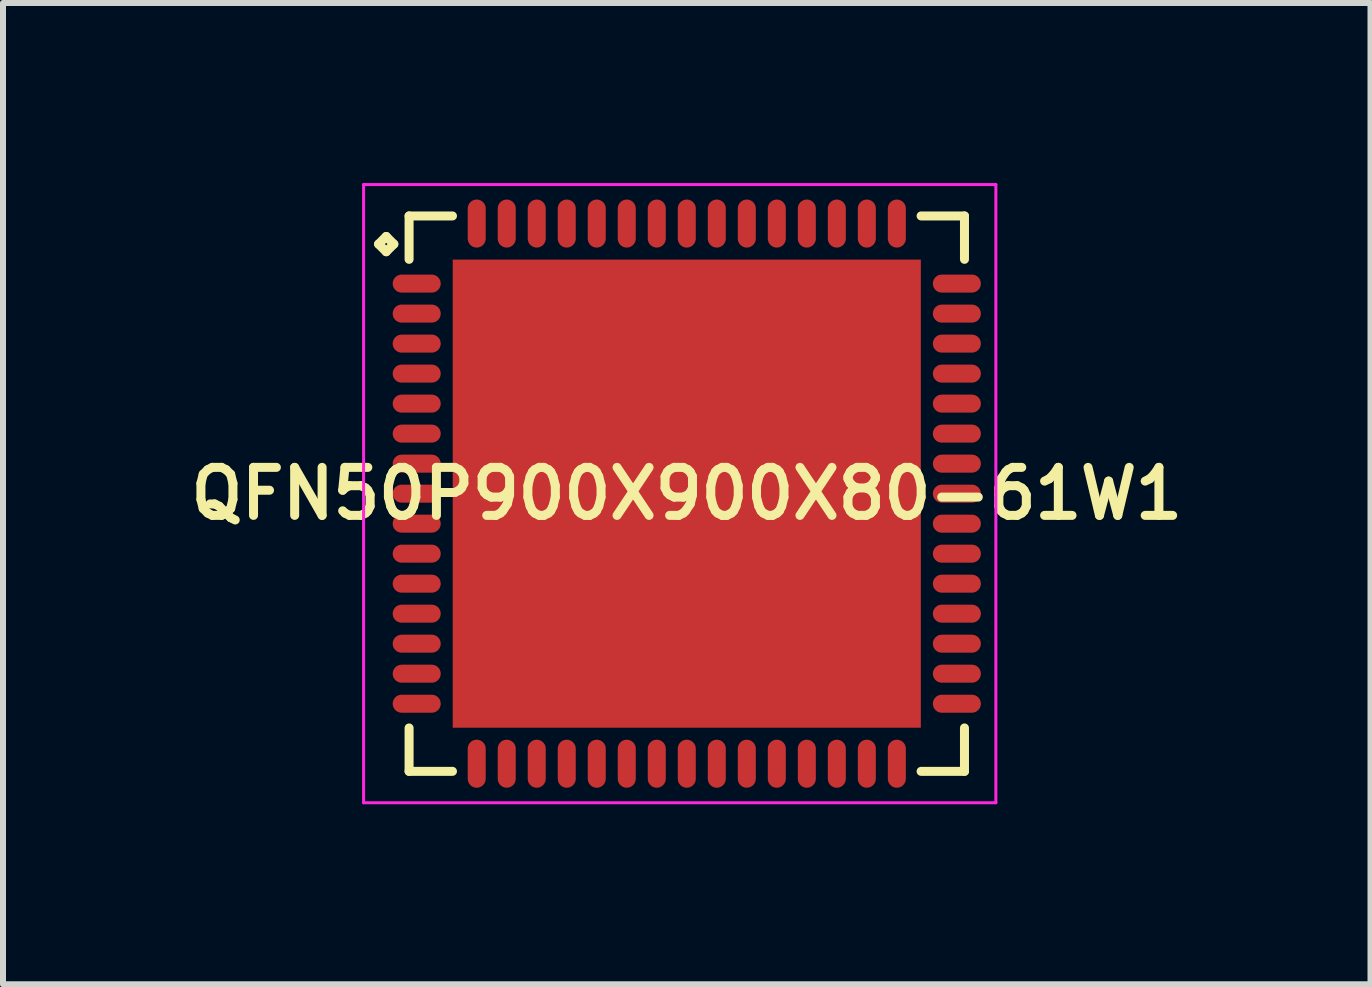
<source format=kicad_pcb>
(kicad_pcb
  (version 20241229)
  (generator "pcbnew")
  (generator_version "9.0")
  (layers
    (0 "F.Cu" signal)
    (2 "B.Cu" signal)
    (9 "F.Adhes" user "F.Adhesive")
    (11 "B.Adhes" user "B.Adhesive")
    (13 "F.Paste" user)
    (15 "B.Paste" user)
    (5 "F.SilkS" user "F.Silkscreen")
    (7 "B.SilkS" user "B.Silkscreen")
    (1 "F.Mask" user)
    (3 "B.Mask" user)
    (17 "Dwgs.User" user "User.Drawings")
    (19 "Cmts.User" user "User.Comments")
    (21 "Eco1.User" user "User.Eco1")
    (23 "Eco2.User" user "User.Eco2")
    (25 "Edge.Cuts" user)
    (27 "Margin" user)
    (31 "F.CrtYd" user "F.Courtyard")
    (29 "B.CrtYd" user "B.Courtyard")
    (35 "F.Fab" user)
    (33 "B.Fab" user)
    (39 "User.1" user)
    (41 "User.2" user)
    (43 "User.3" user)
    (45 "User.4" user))
  (footprint "QFN50P900X900X80-61W1"
    (layer "F.Cu")
    (at 8.393 5.175)
    (property "Reference" "QFN50P900X900X80-61W1" (at 0 0 0) (layer "F.SilkS") (effects (font (size 0.8 0.8) (thickness 0.15))))
    (attr smd)
    (fp_line (start -5.135 -4.158) (end -5.008 -4.285) (stroke (width 0.15) (type solid)) (layer "F.SilkS"))
    (fp_line (start -5.008 -4.285) (end -4.881 -4.158) (stroke (width 0.15) (type solid)) (layer "F.SilkS"))
    (fp_line (start -5.008 -4.031) (end -5.135 -4.158) (stroke (width 0.15) (type solid)) (layer "F.SilkS"))
    (fp_line (start -4.881 -4.158) (end -5.008 -4.031) (stroke (width 0.15) (type solid)) (layer "F.SilkS"))
    (fp_line (start -4.627 -4.627) (end -3.904 -4.627) (stroke (width 0.15) (type solid)) (layer "F.SilkS"))
    (fp_line (start -4.627 -3.904) (end -4.627 -4.627) (stroke (width 0.15) (type solid)) (layer "F.SilkS"))
    (fp_line (start -4.627 3.904) (end -4.627 4.627) (stroke (width 0.15) (type solid)) (layer "F.SilkS"))
    (fp_line (start -4.627 4.627) (end -3.904 4.627) (stroke (width 0.15) (type solid)) (layer "F.SilkS"))
    (fp_line (start 3.904 -4.627) (end 4.627 -4.627) (stroke (width 0.15) (type solid)) (layer "F.SilkS"))
    (fp_line (start 3.904 4.627) (end 4.627 4.627) (stroke (width 0.15) (type solid)) (layer "F.SilkS"))
    (fp_line (start 4.627 -4.627) (end 4.627 -3.904) (stroke (width 0.15) (type solid)) (layer "F.SilkS"))
    (fp_line (start 4.627 4.627) (end 4.627 3.904) (stroke (width 0.15) (type solid)) (layer "F.SilkS"))
    (fp_line (start -5.385 -5.15) (end 5.15 -5.15) (stroke (width 0.05) (type solid)) (layer "F.CrtYd"))
    (fp_line (start -5.385 5.15) (end -5.385 -5.15) (stroke (width 0.05) (type solid)) (layer "F.CrtYd"))
    (fp_line (start 5.15 -5.15) (end 5.15 5.15) (stroke (width 0.05) (type solid)) (layer "F.CrtYd"))
    (fp_line (start 5.15 5.15) (end -5.385 5.15) (stroke (width 0.05) (type solid)) (layer "F.CrtYd"))
    (pad "1" smd oval (at -4.5 -3.5) (size 0.8 0.3) (layers "F.Cu" "F.Mask" "F.Paste"))
    (pad "2" smd oval (at -4.5 -3) (size 0.8 0.3) (layers "F.Cu" "F.Mask" "F.Paste"))
    (pad "3" smd oval (at -4.5 -2.5) (size 0.8 0.3) (layers "F.Cu" "F.Mask" "F.Paste"))
    (pad "4" smd oval (at -4.5 -2) (size 0.8 0.3) (layers "F.Cu" "F.Mask" "F.Paste"))
    (pad "5" smd oval (at -4.5 -1.5) (size 0.8 0.3) (layers "F.Cu" "F.Mask" "F.Paste"))
    (pad "6" smd oval (at -4.5 -1) (size 0.8 0.3) (layers "F.Cu" "F.Mask" "F.Paste"))
    (pad "7" smd oval (at -4.5 -0.5) (size 0.8 0.3) (layers "F.Cu" "F.Mask" "F.Paste"))
    (pad "8" smd oval (at -4.5 0) (size 0.8 0.3) (layers "F.Cu" "F.Mask" "F.Paste"))
    (pad "9" smd oval (at -4.5 0.5) (size 0.8 0.3) (layers "F.Cu" "F.Mask" "F.Paste"))
    (pad "10" smd oval (at -4.5 1) (size 0.8 0.3) (layers "F.Cu" "F.Mask" "F.Paste"))
    (pad "11" smd oval (at -4.5 1.5) (size 0.8 0.3) (layers "F.Cu" "F.Mask" "F.Paste"))
    (pad "12" smd oval (at -4.5 2) (size 0.8 0.3) (layers "F.Cu" "F.Mask" "F.Paste"))
    (pad "13" smd oval (at -4.5 2.5) (size 0.8 0.3) (layers "F.Cu" "F.Mask" "F.Paste"))
    (pad "14" smd oval (at -4.5 3) (size 0.8 0.3) (layers "F.Cu" "F.Mask" "F.Paste"))
    (pad "15" smd oval (at -4.5 3.5) (size 0.8 0.3) (layers "F.Cu" "F.Mask" "F.Paste"))
    (pad "16" smd oval (at -3.5 4.5) (size 0.3 0.8) (layers "F.Cu" "F.Mask" "F.Paste"))
    (pad "17" smd oval (at -3 4.5) (size 0.3 0.8) (layers "F.Cu" "F.Mask" "F.Paste"))
    (pad "18" smd oval (at -2.5 4.5) (size 0.3 0.8) (layers "F.Cu" "F.Mask" "F.Paste"))
    (pad "19" smd oval (at -2 4.5) (size 0.3 0.8) (layers "F.Cu" "F.Mask" "F.Paste"))
    (pad "20" smd oval (at -1.5 4.5) (size 0.3 0.8) (layers "F.Cu" "F.Mask" "F.Paste"))
    (pad "21" smd oval (at -1 4.5) (size 0.3 0.8) (layers "F.Cu" "F.Mask" "F.Paste"))
    (pad "22" smd oval (at -0.5 4.5) (size 0.3 0.8) (layers "F.Cu" "F.Mask" "F.Paste"))
    (pad "23" smd oval (at 0 4.5) (size 0.3 0.8) (layers "F.Cu" "F.Mask" "F.Paste"))
    (pad "24" smd oval (at 0.5 4.5) (size 0.3 0.8) (layers "F.Cu" "F.Mask" "F.Paste"))
    (pad "25" smd oval (at 1 4.5) (size 0.3 0.8) (layers "F.Cu" "F.Mask" "F.Paste"))
    (pad "26" smd oval (at 1.5 4.5) (size 0.3 0.8) (layers "F.Cu" "F.Mask" "F.Paste"))
    (pad "27" smd oval (at 2 4.5) (size 0.3 0.8) (layers "F.Cu" "F.Mask" "F.Paste"))
    (pad "28" smd oval (at 2.5 4.5) (size 0.3 0.8) (layers "F.Cu" "F.Mask" "F.Paste"))
    (pad "29" smd oval (at 3 4.5) (size 0.3 0.8) (layers "F.Cu" "F.Mask" "F.Paste"))
    (pad "30" smd oval (at 3.5 4.5) (size 0.3 0.8) (layers "F.Cu" "F.Mask" "F.Paste"))
    (pad "31" smd oval (at 4.5 3.5) (size 0.8 0.3) (layers "F.Cu" "F.Mask" "F.Paste"))
    (pad "32" smd oval (at 4.5 3) (size 0.8 0.3) (layers "F.Cu" "F.Mask" "F.Paste"))
    (pad "33" smd oval (at 4.5 2.5) (size 0.8 0.3) (layers "F.Cu" "F.Mask" "F.Paste"))
    (pad "34" smd oval (at 4.5 2) (size 0.8 0.3) (layers "F.Cu" "F.Mask" "F.Paste"))
    (pad "35" smd oval (at 4.5 1.5) (size 0.8 0.3) (layers "F.Cu" "F.Mask" "F.Paste"))
    (pad "36" smd oval (at 4.5 1) (size 0.8 0.3) (layers "F.Cu" "F.Mask" "F.Paste"))
    (pad "37" smd oval (at 4.5 0.5) (size 0.8 0.3) (layers "F.Cu" "F.Mask" "F.Paste"))
    (pad "38" smd oval (at 4.5 0) (size 0.8 0.3) (layers "F.Cu" "F.Mask" "F.Paste"))
    (pad "39" smd oval (at 4.5 -0.5) (size 0.8 0.3) (layers "F.Cu" "F.Mask" "F.Paste"))
    (pad "40" smd oval (at 4.5 -1) (size 0.8 0.3) (layers "F.Cu" "F.Mask" "F.Paste"))
    (pad "41" smd oval (at 4.5 -1.5) (size 0.8 0.3) (layers "F.Cu" "F.Mask" "F.Paste"))
    (pad "42" smd oval (at 4.5 -2) (size 0.8 0.3) (layers "F.Cu" "F.Mask" "F.Paste"))
    (pad "43" smd oval (at 4.5 -2.5) (size 0.8 0.3) (layers "F.Cu" "F.Mask" "F.Paste"))
    (pad "44" smd oval (at 4.5 -3) (size 0.8 0.3) (layers "F.Cu" "F.Mask" "F.Paste"))
    (pad "45" smd oval (at 4.5 -3.5) (size 0.8 0.3) (layers "F.Cu" "F.Mask" "F.Paste"))
    (pad "46" smd oval (at 3.5 -4.5) (size 0.3 0.8) (layers "F.Cu" "F.Mask" "F.Paste"))
    (pad "47" smd oval (at 3 -4.5) (size 0.3 0.8) (layers "F.Cu" "F.Mask" "F.Paste"))
    (pad "48" smd oval (at 2.5 -4.5) (size 0.3 0.8) (layers "F.Cu" "F.Mask" "F.Paste"))
    (pad "49" smd oval (at 2 -4.5) (size 0.3 0.8) (layers "F.Cu" "F.Mask" "F.Paste"))
    (pad "50" smd oval (at 1.5 -4.5) (size 0.3 0.8) (layers "F.Cu" "F.Mask" "F.Paste"))
    (pad "51" smd oval (at 1 -4.5) (size 0.3 0.8) (layers "F.Cu" "F.Mask" "F.Paste"))
    (pad "52" smd oval (at 0.5 -4.5) (size 0.3 0.8) (layers "F.Cu" "F.Mask" "F.Paste"))
    (pad "53" smd oval (at 0 -4.5) (size 0.3 0.8) (layers "F.Cu" "F.Mask" "F.Paste"))
    (pad "54" smd oval (at -0.5 -4.5) (size 0.3 0.8) (layers "F.Cu" "F.Mask" "F.Paste"))
    (pad "55" smd oval (at -1 -4.5) (size 0.3 0.8) (layers "F.Cu" "F.Mask" "F.Paste"))
    (pad "56" smd oval (at -1.5 -4.5) (size 0.3 0.8) (layers "F.Cu" "F.Mask" "F.Paste"))
    (pad "57" smd oval (at -2 -4.5) (size 0.3 0.8) (layers "F.Cu" "F.Mask" "F.Paste"))
    (pad "58" smd oval (at -2.5 -4.5) (size 0.3 0.8) (layers "F.Cu" "F.Mask" "F.Paste"))
    (pad "59" smd oval (at -3 -4.5) (size 0.3 0.8) (layers "F.Cu" "F.Mask" "F.Paste"))
    (pad "60" smd oval (at -3.5 -4.5) (size 0.3 0.8) (layers "F.Cu" "F.Mask" "F.Paste"))
    (pad "61" smd rect (at 0 0) (size 7.8 7.8) (layers "F.Cu" "F.Mask" "F.Paste")))
  (gr_rect
    (start -3 -3)
    (end 19.785 13.35)
    (stroke (width 0.1) (type default))
    (fill no)
    (layer "Edge.Cuts")))
</source>
